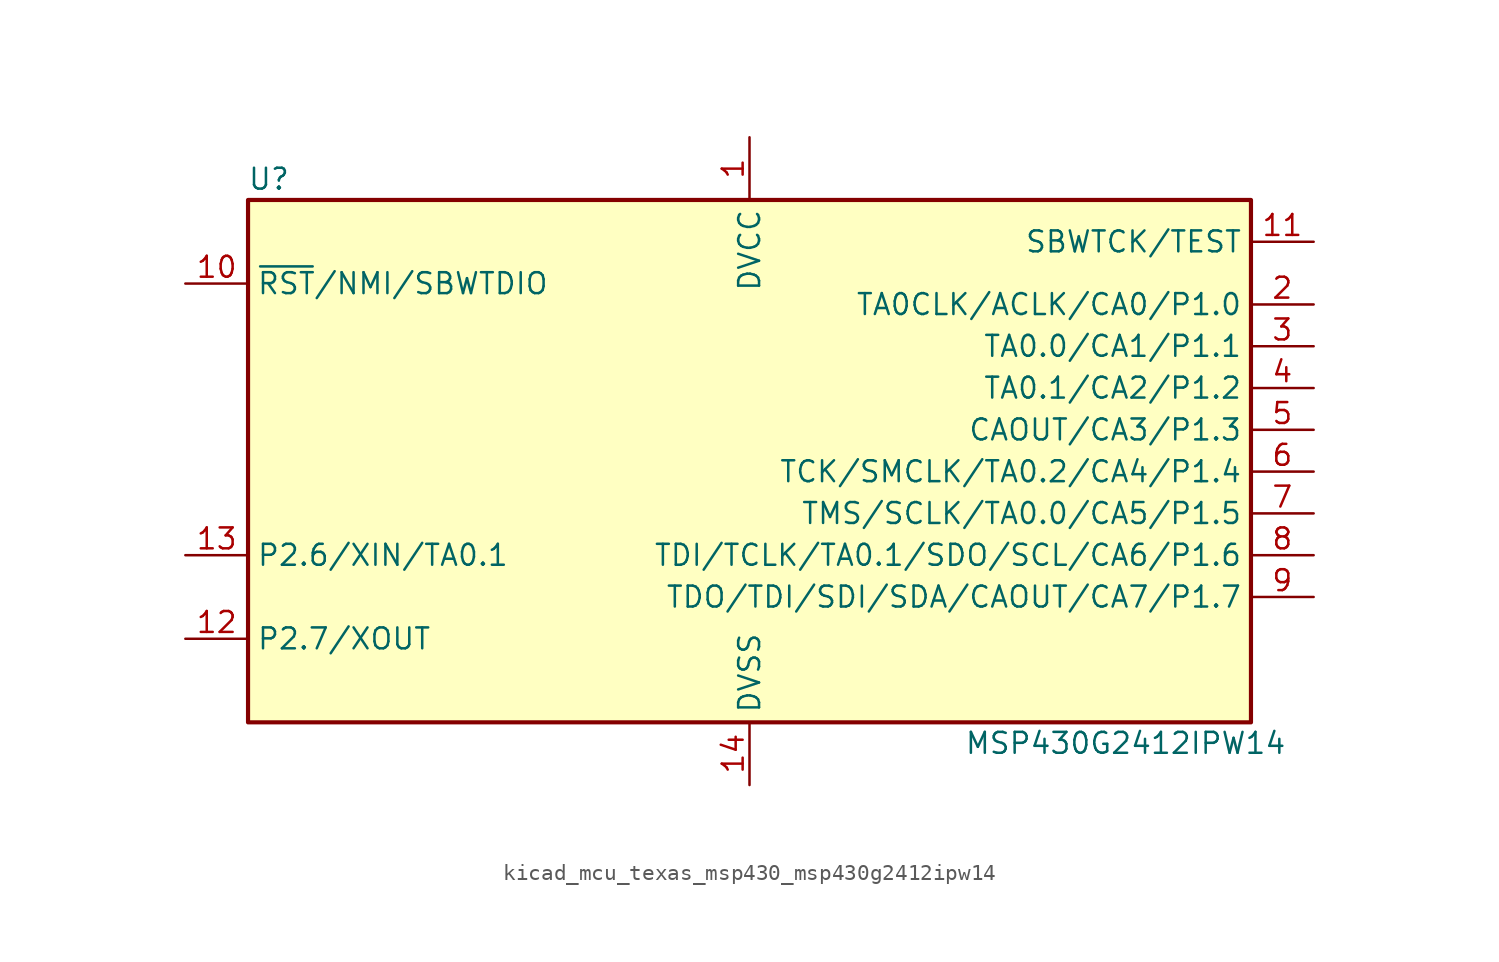
<source format=kicad_sym>
(kicad_symbol_lib
  (version 20220914)
  (generator kicad_symbol_editor)
  (symbol "kicad_mcu_texas_msp430_msp430g2412ipw14"
    (property "Reference" "U"
      (at -29.21 17.78 0)
      (effects (font (size 1.27 1.27))))
    (property "Value" "MSP430G2412IPW14"
      (at 22.86 -16.51 0)
      (effects (font (size 1.27 1.27))))
    (symbol "kicad_mcu_texas_msp430_msp430g2412ipw14_0_1"
      (rectangle (start -30.48 16.51) (end 30.48 -15.24) (stroke (width 0.254) (type default)) (fill (type background))))
    (symbol "kicad_mcu_texas_msp430_msp430g2412ipw14_1_1"
      (pin power_in line (at 0 20.32 270) (length 3.81) (name "DVCC" (effects (font (size 1.27 1.27)))) (number "1" (effects (font (size 1.27 1.27)))))
      (pin input line (at -34.29 11.43 0) (length 3.81) (name "~{RST}/NMI/SBWTDIO" (effects (font (size 1.27 1.27)))) (number "10" (effects (font (size 1.27 1.27)))))
      (pin input line (at 34.29 13.97 180) (length 3.81) (name "SBWTCK/TEST" (effects (font (size 1.27 1.27)))) (number "11" (effects (font (size 1.27 1.27)))))
      (pin bidirectional line (at -34.29 -10.16 0) (length 3.81) (name "P2.7/XOUT" (effects (font (size 1.27 1.27)))) (number "12" (effects (font (size 1.27 1.27)))))
      (pin bidirectional line (at -34.29 -5.08 0) (length 3.81) (name "P2.6/XIN/TA0.1" (effects (font (size 1.27 1.27)))) (number "13" (effects (font (size 1.27 1.27)))))
      (pin power_in line (at 0 -19.05 90) (length 3.81) (name "DVSS" (effects (font (size 1.27 1.27)))) (number "14" (effects (font (size 1.27 1.27)))))
      (pin bidirectional line (at 34.29 10.16 180) (length 3.81) (name "TA0CLK/ACLK/CA0/P1.0" (effects (font (size 1.27 1.27)))) (number "2" (effects (font (size 1.27 1.27)))))
      (pin bidirectional line (at 34.29 7.62 180) (length 3.81) (name "TA0.0/CA1/P1.1" (effects (font (size 1.27 1.27)))) (number "3" (effects (font (size 1.27 1.27)))))
      (pin bidirectional line (at 34.29 5.08 180) (length 3.81) (name "TA0.1/CA2/P1.2" (effects (font (size 1.27 1.27)))) (number "4" (effects (font (size 1.27 1.27)))))
      (pin bidirectional line (at 34.29 2.54 180) (length 3.81) (name "CAOUT/CA3/P1.3" (effects (font (size 1.27 1.27)))) (number "5" (effects (font (size 1.27 1.27)))))
      (pin bidirectional line (at 34.29 0 180) (length 3.81) (name "TCK/SMCLK/TA0.2/CA4/P1.4" (effects (font (size 1.27 1.27)))) (number "6" (effects (font (size 1.27 1.27)))))
      (pin bidirectional line (at 34.29 -2.54 180) (length 3.81) (name "TMS/SCLK/TA0.0/CA5/P1.5" (effects (font (size 1.27 1.27)))) (number "7" (effects (font (size 1.27 1.27)))))
      (pin bidirectional line (at 34.29 -5.08 180) (length 3.81) (name "TDI/TCLK/TA0.1/SDO/SCL/CA6/P1.6" (effects (font (size 1.27 1.27)))) (number "8" (effects (font (size 1.27 1.27)))))
      (pin bidirectional line (at 34.29 -7.62 180) (length 3.81) (name "TDO/TDI/SDI/SDA/CAOUT/CA7/P1.7" (effects (font (size 1.27 1.27)))) (number "9" (effects (font (size 1.27 1.27))))))))
</source>
